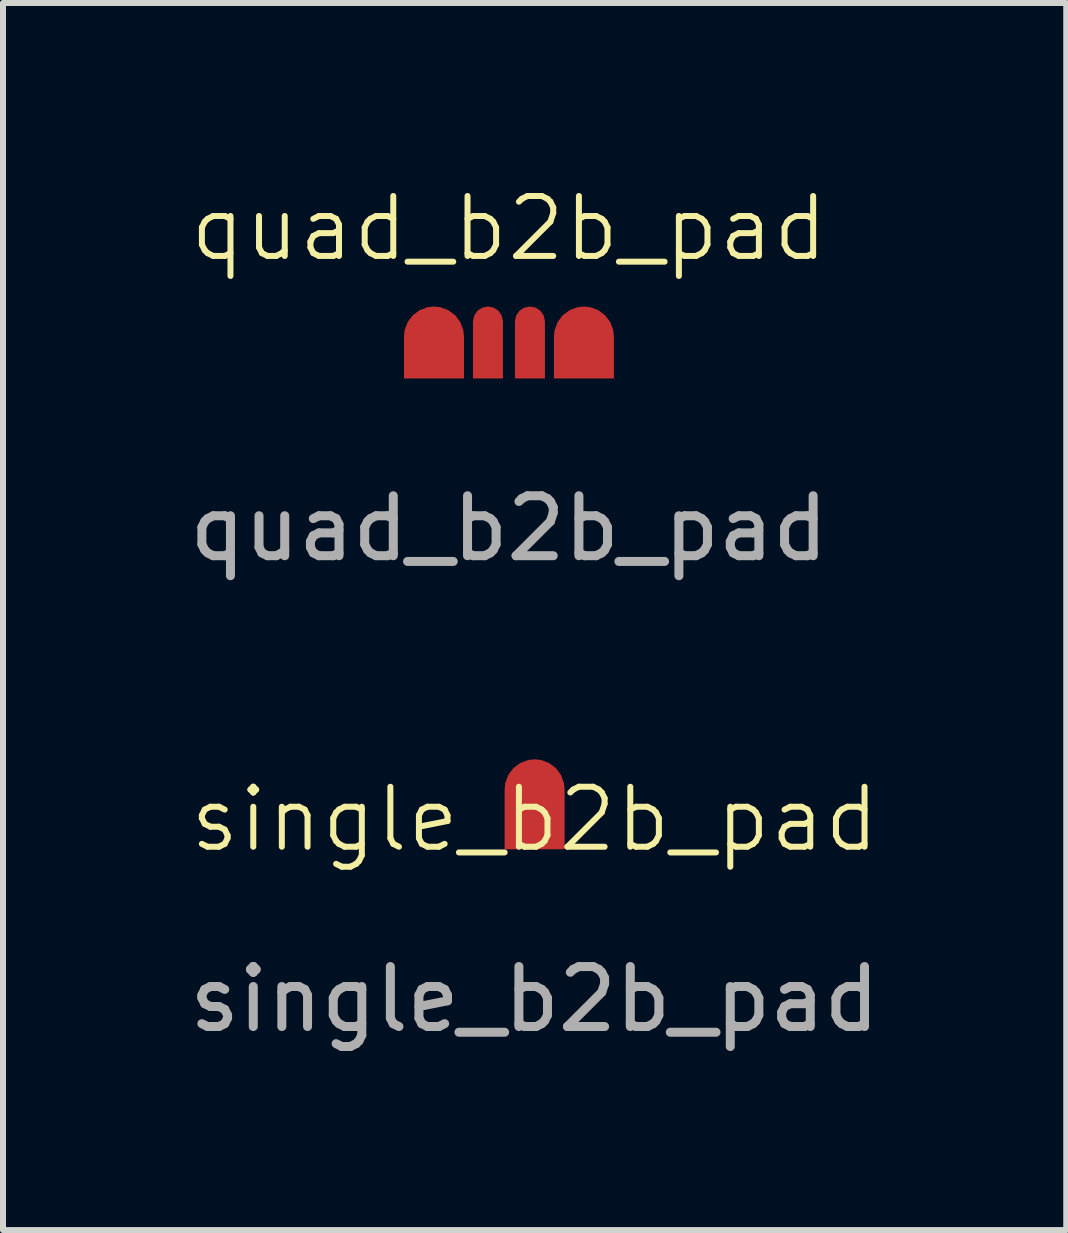
<source format=kicad_pcb>
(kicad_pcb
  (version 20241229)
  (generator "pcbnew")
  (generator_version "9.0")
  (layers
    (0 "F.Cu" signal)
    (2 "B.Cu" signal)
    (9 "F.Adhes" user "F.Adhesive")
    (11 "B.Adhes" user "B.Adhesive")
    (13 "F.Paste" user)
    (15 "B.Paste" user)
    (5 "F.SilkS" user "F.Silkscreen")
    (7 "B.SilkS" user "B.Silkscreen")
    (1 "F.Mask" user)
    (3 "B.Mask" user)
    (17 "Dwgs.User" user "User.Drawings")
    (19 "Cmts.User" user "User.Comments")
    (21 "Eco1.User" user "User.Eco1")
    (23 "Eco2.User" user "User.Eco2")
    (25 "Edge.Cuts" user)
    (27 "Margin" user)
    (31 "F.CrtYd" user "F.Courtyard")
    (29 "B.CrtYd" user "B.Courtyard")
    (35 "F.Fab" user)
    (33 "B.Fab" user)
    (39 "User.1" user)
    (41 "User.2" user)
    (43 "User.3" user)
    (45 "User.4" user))
  (footprint "single_b2b_pad"
    (layer "F.Cu")
    (at 5.863 11.109)
    (property "Reference" "single_b2b_pad" (at 0 -0.5 0) (unlocked yes) (layer "F.SilkS") (effects (font (size 1 1) (thickness 0.1))))
    (attr smd)
    (fp_text user "${REFERENCE}" (at 0 2.5 0) (unlocked yes) (layer "F.Fab") (effects (font (size 1 1) (thickness 0.15))))
    (pad "1" smd roundrect (at 0 -1 90) (size 1.5 1) (drill (offset -0.25 0)) (layers "F.Cu" "F.Mask") (roundrect_rratio 0.5) (chamfer_ratio 0) (chamfer top_left bottom_left)))
  (footprint "quad_b2b_pad"
    (layer "F.Cu")
    (at 5.435 3.26)
    (property "Reference" "quad_b2b_pad" (at 0 -2.5 0) (unlocked yes) (layer "F.SilkS") (effects (font (size 1 1) (thickness 0.1))))
    (attr smd)
    (fp_text user "${REFERENCE}" (at 0 2.5 0) (unlocked yes) (layer "F.Fab") (effects (font (size 1 1) (thickness 0.15))))
    (pad "1" smd roundrect (at -1.25 -0.7 90) (size 1.2 1) (drill (offset -0.1 0)) (layers "F.Cu" "F.Mask" "F.Paste") (roundrect_rratio 0.5) (chamfer_ratio 0) (chamfer top_left bottom_left))
    (pad "2" smd roundrect (at -0.35 -0.7 90) (size 1.2 0.5) (drill (offset -0.1 0)) (layers "F.Cu" "F.Mask" "F.Paste") (roundrect_rratio 0.5) (chamfer_ratio 0) (chamfer top_left bottom_left))
    (pad "3" smd roundrect (at 0.35 -0.7 90) (size 1.2 0.5) (drill (offset -0.1 0)) (layers "F.Cu" "F.Mask" "F.Paste") (roundrect_rratio 0.5) (chamfer_ratio 0) (chamfer top_left bottom_left))
    (pad "4" smd roundrect (at 1.25 -0.7 90) (size 1.2 1) (drill (offset -0.1 0)) (layers "F.Cu" "F.Mask" "F.Paste") (roundrect_rratio 0.5) (chamfer_ratio 0) (chamfer top_left bottom_left)))
  (gr_rect
    (start -3 -3)
    (end 14.726 17.457)
    (stroke (width 0.1) (type default))
    (fill no)
    (layer "Edge.Cuts")))
</source>
